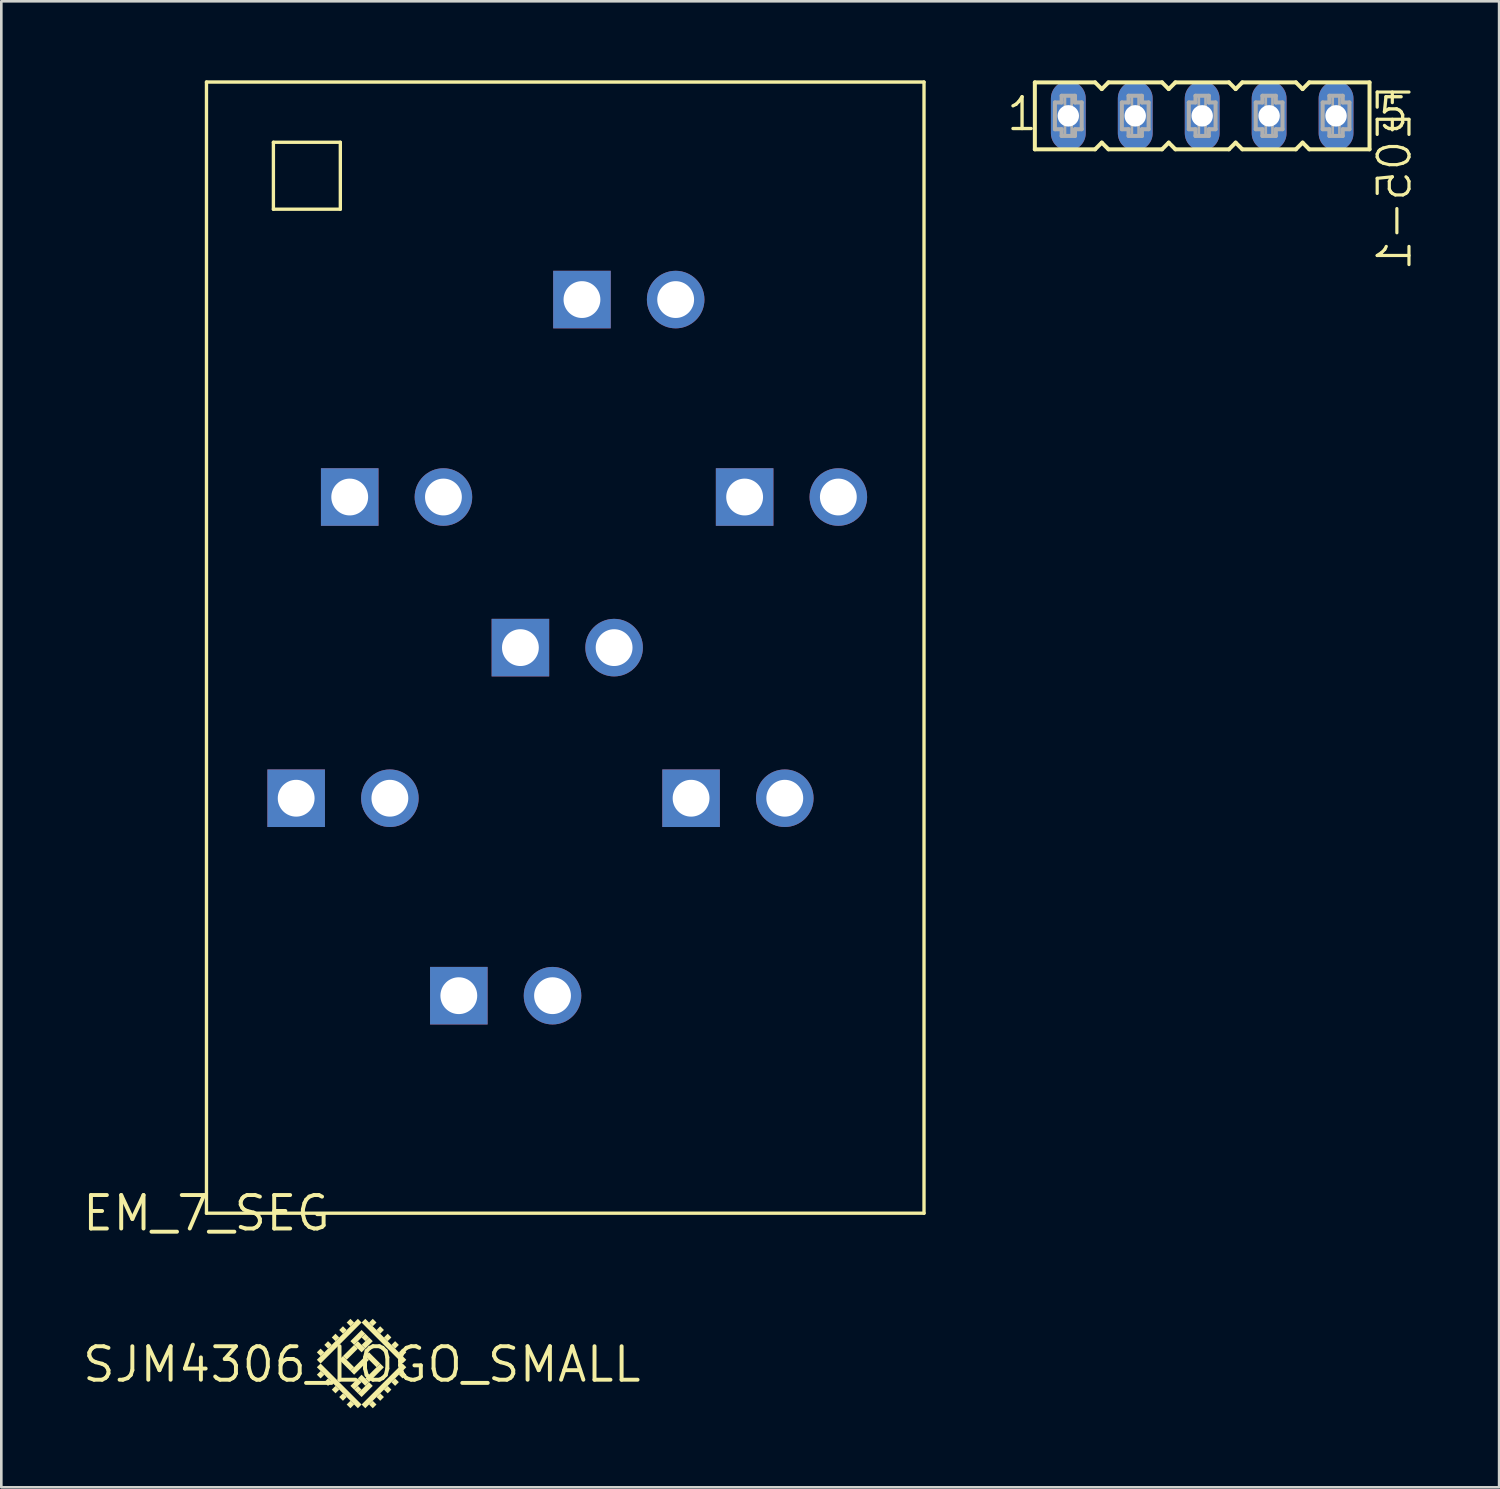
<source format=kicad_pcb>
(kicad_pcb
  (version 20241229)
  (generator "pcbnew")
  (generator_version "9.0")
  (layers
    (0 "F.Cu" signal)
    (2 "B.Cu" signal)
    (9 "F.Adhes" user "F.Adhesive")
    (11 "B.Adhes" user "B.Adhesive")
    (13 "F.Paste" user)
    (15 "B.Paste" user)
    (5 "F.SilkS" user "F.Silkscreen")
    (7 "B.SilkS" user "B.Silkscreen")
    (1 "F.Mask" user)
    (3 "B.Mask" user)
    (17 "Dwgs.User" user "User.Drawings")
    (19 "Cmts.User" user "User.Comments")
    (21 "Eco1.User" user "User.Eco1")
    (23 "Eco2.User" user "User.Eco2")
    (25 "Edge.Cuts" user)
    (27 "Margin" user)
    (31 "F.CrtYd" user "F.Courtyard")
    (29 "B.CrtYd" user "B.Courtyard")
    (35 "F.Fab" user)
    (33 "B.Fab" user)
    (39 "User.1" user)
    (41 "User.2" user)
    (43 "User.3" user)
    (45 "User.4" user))
  (footprint "SJM4306_LOGO_SMALL"
    (layer "F.Cu")
    (at 10.681 48.727)
    (property "Reference" "SJM4306_LOGO_SMALL" (at 0 0 0) (layer "F.SilkS") (effects (font (size 1.27 1.27) (thickness 0.15))))
    (attr through_hole)
    (fp_poly (pts (xy -1.566 -0.034) (xy -0.01 -1.59) (xy -0.151 -1.731) (xy -1.707 -0.176)) (stroke (width 0) (type solid)) (fill yes) (layer "F.SilkS"))
    (fp_poly (pts (xy -1.566 -0.317) (xy -1.424 -0.459) (xy -1.566 -0.6) (xy -1.707 -0.459)) (stroke (width 0) (type solid)) (fill yes) (layer "F.SilkS"))
    (fp_poly (pts (xy -1.566 0.531) (xy -1.424 0.39) (xy -1.566 0.249) (xy -1.707 0.39)) (stroke (width 0) (type solid)) (fill yes) (layer "F.SilkS"))
    (fp_poly (pts (xy -1.283 -0.6) (xy -1.141 -0.741) (xy -1.283 -0.883) (xy -1.424 -0.741)) (stroke (width 0) (type solid)) (fill yes) (layer "F.SilkS"))
    (fp_poly (pts (xy -1.283 0.814) (xy -1.141 0.673) (xy -1.283 0.531) (xy -1.424 0.673)) (stroke (width 0) (type solid)) (fill yes) (layer "F.SilkS"))
    (fp_poly (pts (xy -1 -0.883) (xy -0.859 -1.024) (xy -1 -1.166) (xy -1.141 -1.024)) (stroke (width 0) (type solid)) (fill yes) (layer "F.SilkS"))
    (fp_poly (pts (xy -1 1.097) (xy -0.859 0.956) (xy -1 0.814) (xy -1.141 0.956)) (stroke (width 0) (type solid)) (fill yes) (layer "F.SilkS"))
    (fp_poly (pts (xy -0.717 -1.166) (xy -0.576 -1.307) (xy -0.717 -1.449) (xy -0.859 -1.307)) (stroke (width 0) (type solid)) (fill yes) (layer "F.SilkS"))
    (fp_poly (pts (xy -0.717 1.38) (xy -0.576 1.238) (xy -0.717 1.097) (xy -0.859 1.238)) (stroke (width 0) (type solid)) (fill yes) (layer "F.SilkS"))
    (fp_poly (pts (xy -0.576 -0.176) (xy -0.151 -0.6) (xy -0.293 -0.741) (xy -0.717 -0.317)) (stroke (width 0) (type solid)) (fill yes) (layer "F.SilkS"))
    (fp_poly (pts (xy -0.434 0.249) (xy -0.293 0.107) (xy -0.717 -0.317) (xy -0.859 -0.176)) (stroke (width 0) (type solid)) (fill yes) (layer "F.SilkS"))
    (fp_poly (pts (xy -0.434 -1.449) (xy -0.293 -1.59) (xy -0.434 -1.731) (xy -0.576 -1.59)) (stroke (width 0) (type solid)) (fill yes) (layer "F.SilkS"))
    (fp_poly (pts (xy -0.434 1.663) (xy -0.293 1.521) (xy -0.434 1.38) (xy -0.576 1.521)) (stroke (width 0) (type solid)) (fill yes) (layer "F.SilkS"))
    (fp_poly (pts (xy -0.293 0.956) (xy -0.01 0.673) (xy -0.151 0.531) (xy -0.434 0.814)) (stroke (width 0) (type solid)) (fill yes) (layer "F.SilkS"))
    (fp_poly (pts (xy -0.293 0.39) (xy 0.273 -0.176) (xy 0.131 -0.317) (xy -0.434 0.249)) (stroke (width 0) (type solid)) (fill yes) (layer "F.SilkS"))
    (fp_poly (pts (xy -0.293 -0.741) (xy 0.131 -1.166) (xy -0.01 -1.307) (xy -0.434 -0.883)) (stroke (width 0) (type solid)) (fill yes) (layer "F.SilkS"))
    (fp_poly (pts (xy -0.151 1.663) (xy -0.01 1.521) (xy -1.566 -0.034) (xy -1.707 0.107)) (stroke (width 0) (type solid)) (fill yes) (layer "F.SilkS"))
    (fp_poly (pts (xy -0.151 1.097) (xy -0.01 0.956) (xy -0.151 0.814) (xy -0.293 0.956)) (stroke (width 0) (type solid)) (fill yes) (layer "F.SilkS"))
    (fp_poly (pts (xy -0.01 1.238) (xy 0.414 0.814) (xy 0.273 0.673) (xy -0.151 1.097)) (stroke (width 0) (type solid)) (fill yes) (layer "F.SilkS"))
    (fp_poly (pts (xy -0.01 -0.459) (xy 0.131 -0.6) (xy -0.151 -0.883) (xy -0.293 -0.741)) (stroke (width 0) (type solid)) (fill yes) (layer "F.SilkS"))
    (fp_poly (pts (xy 0.131 -0.883) (xy 0.273 -1.024) (xy 0.131 -1.166) (xy -0.01 -1.024)) (stroke (width 0) (type solid)) (fill yes) (layer "F.SilkS"))
    (fp_poly (pts (xy 0.131 1.663) (xy 1.687 0.107) (xy 1.546 -0.034) (xy -0.01 1.521)) (stroke (width 0) (type solid)) (fill yes) (layer "F.SilkS"))
    (fp_poly (pts (xy 0.131 -0.6) (xy 0.414 -0.883) (xy 0.273 -1.024) (xy -0.01 -0.741)) (stroke (width 0) (type solid)) (fill yes) (layer "F.SilkS"))
    (fp_poly (pts (xy 0.131 0.814) (xy 0.273 0.673) (xy -0.01 0.39) (xy -0.151 0.531)) (stroke (width 0) (type solid)) (fill yes) (layer "F.SilkS"))
    (fp_poly (pts (xy 0.273 0.673) (xy 0.838 0.107) (xy 0.697 -0.034) (xy 0.131 0.531)) (stroke (width 0) (type solid)) (fill yes) (layer "F.SilkS"))
    (fp_poly (pts (xy 0.414 -1.449) (xy 0.556 -1.59) (xy 0.414 -1.731) (xy 0.273 -1.59)) (stroke (width 0) (type solid)) (fill yes) (layer "F.SilkS"))
    (fp_poly (pts (xy 0.414 1.663) (xy 0.556 1.521) (xy 0.414 1.38) (xy 0.273 1.521)) (stroke (width 0) (type solid)) (fill yes) (layer "F.SilkS"))
    (fp_poly (pts (xy 0.556 0.107) (xy 0.697 -0.034) (xy 0.273 -0.459) (xy 0.131 -0.317)) (stroke (width 0) (type solid)) (fill yes) (layer "F.SilkS"))
    (fp_poly (pts (xy 0.697 -1.166) (xy 0.838 -1.307) (xy 0.697 -1.449) (xy 0.556 -1.307)) (stroke (width 0) (type solid)) (fill yes) (layer "F.SilkS"))
    (fp_poly (pts (xy 0.697 1.38) (xy 0.838 1.238) (xy 0.697 1.097) (xy 0.556 1.238)) (stroke (width 0) (type solid)) (fill yes) (layer "F.SilkS"))
    (fp_poly (pts (xy 0.98 -0.883) (xy 1.121 -1.024) (xy 0.98 -1.166) (xy 0.838 -1.024)) (stroke (width 0) (type solid)) (fill yes) (layer "F.SilkS"))
    (fp_poly (pts (xy 0.98 1.097) (xy 1.121 0.956) (xy 0.98 0.814) (xy 0.838 0.956)) (stroke (width 0) (type solid)) (fill yes) (layer "F.SilkS"))
    (fp_poly (pts (xy 1.263 -0.6) (xy 1.404 -0.741) (xy 1.263 -0.883) (xy 1.121 -0.741)) (stroke (width 0) (type solid)) (fill yes) (layer "F.SilkS"))
    (fp_poly (pts (xy 1.263 0.814) (xy 1.404 0.673) (xy 1.263 0.531) (xy 1.121 0.673)) (stroke (width 0) (type solid)) (fill yes) (layer "F.SilkS"))
    (fp_poly (pts (xy 1.546 -0.034) (xy 1.687 -0.176) (xy 0.131 -1.731) (xy -0.01 -1.59)) (stroke (width 0) (type solid)) (fill yes) (layer "F.SilkS"))
    (fp_poly (pts (xy 1.546 -0.317) (xy 1.687 -0.459) (xy 1.546 -0.6) (xy 1.404 -0.459)) (stroke (width 0) (type solid)) (fill yes) (layer "F.SilkS"))
    (fp_poly (pts (xy 1.546 0.531) (xy 1.687 0.39) (xy 1.546 0.249) (xy 1.404 0.39)) (stroke (width 0) (type solid)) (fill yes) (layer "F.SilkS")))
  (footprint "FE05-1"
    (layer "F.Cu")
    (at 42.57 1.346)
    (property "Reference" "FE05-1" (at 8.001 -1.27 90) (layer "F.SilkS") (effects (font (size 1.206 1.206) (thickness 0.121)) (justify left bottom mirror)))
    (attr through_hole)
    (fp_line (start -6.35 -1.27) (end -6.35 1.27) (stroke (width 0.152) (type solid)) (layer "F.SilkS"))
    (fp_line (start -6.35 1.27) (end -4.064 1.27) (stroke (width 0.152) (type solid)) (layer "F.SilkS"))
    (fp_line (start -4.064 -1.27) (end -6.35 -1.27) (stroke (width 0.152) (type solid)) (layer "F.SilkS"))
    (fp_line (start -4.064 1.27) (end -3.81 1.016) (stroke (width 0.152) (type solid)) (layer "F.SilkS"))
    (fp_line (start -3.81 -1.016) (end -4.064 -1.27) (stroke (width 0.152) (type solid)) (layer "F.SilkS"))
    (fp_line (start -3.81 1.016) (end -3.556 1.27) (stroke (width 0.152) (type solid)) (layer "F.SilkS"))
    (fp_line (start -3.556 -1.27) (end -3.81 -1.016) (stroke (width 0.152) (type solid)) (layer "F.SilkS"))
    (fp_line (start -3.556 1.27) (end -1.524 1.27) (stroke (width 0.152) (type solid)) (layer "F.SilkS"))
    (fp_line (start -1.524 -1.27) (end -3.556 -1.27) (stroke (width 0.152) (type solid)) (layer "F.SilkS"))
    (fp_line (start -1.524 1.27) (end -1.27 1.016) (stroke (width 0.152) (type solid)) (layer "F.SilkS"))
    (fp_line (start -1.27 -1.016) (end -1.524 -1.27) (stroke (width 0.152) (type solid)) (layer "F.SilkS"))
    (fp_line (start -1.27 1.016) (end -1.016 1.27) (stroke (width 0.152) (type solid)) (layer "F.SilkS"))
    (fp_line (start -1.016 -1.27) (end -1.27 -1.016) (stroke (width 0.152) (type solid)) (layer "F.SilkS"))
    (fp_line (start -1.016 1.27) (end 1.016 1.27) (stroke (width 0.152) (type solid)) (layer "F.SilkS"))
    (fp_line (start 1.016 -1.27) (end -1.016 -1.27) (stroke (width 0.152) (type solid)) (layer "F.SilkS"))
    (fp_line (start 1.016 1.27) (end 1.27 1.016) (stroke (width 0.152) (type solid)) (layer "F.SilkS"))
    (fp_line (start 1.27 -1.016) (end 1.016 -1.27) (stroke (width 0.152) (type solid)) (layer "F.SilkS"))
    (fp_line (start 1.27 1.016) (end 1.524 1.27) (stroke (width 0.152) (type solid)) (layer "F.SilkS"))
    (fp_line (start 1.524 -1.27) (end 1.27 -1.016) (stroke (width 0.152) (type solid)) (layer "F.SilkS"))
    (fp_line (start 1.524 1.27) (end 3.556 1.27) (stroke (width 0.152) (type solid)) (layer "F.SilkS"))
    (fp_line (start 3.556 -1.27) (end 1.524 -1.27) (stroke (width 0.152) (type solid)) (layer "F.SilkS"))
    (fp_line (start 3.556 1.27) (end 3.81 1.016) (stroke (width 0.152) (type solid)) (layer "F.SilkS"))
    (fp_line (start 3.81 -1.016) (end 3.556 -1.27) (stroke (width 0.152) (type solid)) (layer "F.SilkS"))
    (fp_line (start 3.81 1.016) (end 4.064 1.27) (stroke (width 0.152) (type solid)) (layer "F.SilkS"))
    (fp_line (start 4.064 -1.27) (end 3.81 -1.016) (stroke (width 0.152) (type solid)) (layer "F.SilkS"))
    (fp_line (start 4.064 1.27) (end 6.35 1.27) (stroke (width 0.152) (type solid)) (layer "F.SilkS"))
    (fp_line (start 6.35 -1.27) (end 4.064 -1.27) (stroke (width 0.152) (type solid)) (layer "F.SilkS"))
    (fp_line (start 6.35 1.27) (end 6.35 -1.27) (stroke (width 0.152) (type solid)) (layer "F.SilkS"))
    (fp_line (start -5.588 -0.508) (end -5.588 0.508) (stroke (width 0.152) (type solid)) (layer "F.Fab"))
    (fp_line (start -5.588 0.508) (end -5.334 0.508) (stroke (width 0.152) (type solid)) (layer "F.Fab"))
    (fp_line (start -5.334 -0.762) (end -5.334 -0.508) (stroke (width 0.152) (type solid)) (layer "F.Fab"))
    (fp_line (start -5.334 -0.508) (end -5.588 -0.508) (stroke (width 0.152) (type solid)) (layer "F.Fab"))
    (fp_line (start -5.334 0.508) (end -5.334 0.762) (stroke (width 0.152) (type solid)) (layer "F.Fab"))
    (fp_line (start -5.334 0.762) (end -4.826 0.762) (stroke (width 0.152) (type solid)) (layer "F.Fab"))
    (fp_line (start -4.826 -0.762) (end -5.334 -0.762) (stroke (width 0.152) (type solid)) (layer "F.Fab"))
    (fp_line (start -4.826 -0.508) (end -4.826 -0.762) (stroke (width 0.152) (type solid)) (layer "F.Fab"))
    (fp_line (start -4.826 0.508) (end -4.572 0.508) (stroke (width 0.152) (type solid)) (layer "F.Fab"))
    (fp_line (start -4.826 0.762) (end -4.826 0.508) (stroke (width 0.152) (type solid)) (layer "F.Fab"))
    (fp_line (start -4.572 -0.508) (end -4.826 -0.508) (stroke (width 0.152) (type solid)) (layer "F.Fab"))
    (fp_line (start -4.572 0.508) (end -4.572 -0.508) (stroke (width 0.152) (type solid)) (layer "F.Fab"))
    (fp_line (start -3.048 -0.508) (end -3.048 0.508) (stroke (width 0.152) (type solid)) (layer "F.Fab"))
    (fp_line (start -3.048 0.508) (end -2.794 0.508) (stroke (width 0.152) (type solid)) (layer "F.Fab"))
    (fp_line (start -2.794 -0.762) (end -2.794 -0.508) (stroke (width 0.152) (type solid)) (layer "F.Fab"))
    (fp_line (start -2.794 -0.508) (end -3.048 -0.508) (stroke (width 0.152) (type solid)) (layer "F.Fab"))
    (fp_line (start -2.794 0.508) (end -2.794 0.762) (stroke (width 0.152) (type solid)) (layer "F.Fab"))
    (fp_line (start -2.794 0.762) (end -2.286 0.762) (stroke (width 0.152) (type solid)) (layer "F.Fab"))
    (fp_line (start -2.286 -0.762) (end -2.794 -0.762) (stroke (width 0.152) (type solid)) (layer "F.Fab"))
    (fp_line (start -2.286 -0.508) (end -2.286 -0.762) (stroke (width 0.152) (type solid)) (layer "F.Fab"))
    (fp_line (start -2.286 0.508) (end -2.032 0.508) (stroke (width 0.152) (type solid)) (layer "F.Fab"))
    (fp_line (start -2.286 0.762) (end -2.286 0.508) (stroke (width 0.152) (type solid)) (layer "F.Fab"))
    (fp_line (start -2.032 -0.508) (end -2.286 -0.508) (stroke (width 0.152) (type solid)) (layer "F.Fab"))
    (fp_line (start -2.032 0.508) (end -2.032 -0.508) (stroke (width 0.152) (type solid)) (layer "F.Fab"))
    (fp_line (start -0.508 -0.508) (end -0.508 0.508) (stroke (width 0.152) (type solid)) (layer "F.Fab"))
    (fp_line (start -0.508 0.508) (end -0.254 0.508) (stroke (width 0.152) (type solid)) (layer "F.Fab"))
    (fp_line (start -0.254 -0.762) (end -0.254 -0.508) (stroke (width 0.152) (type solid)) (layer "F.Fab"))
    (fp_line (start -0.254 -0.508) (end -0.508 -0.508) (stroke (width 0.152) (type solid)) (layer "F.Fab"))
    (fp_line (start -0.254 0.508) (end -0.254 0.762) (stroke (width 0.152) (type solid)) (layer "F.Fab"))
    (fp_line (start -0.254 0.762) (end 0.254 0.762) (stroke (width 0.152) (type solid)) (layer "F.Fab"))
    (fp_line (start 0.254 -0.762) (end -0.254 -0.762) (stroke (width 0.152) (type solid)) (layer "F.Fab"))
    (fp_line (start 0.254 -0.508) (end 0.254 -0.762) (stroke (width 0.152) (type solid)) (layer "F.Fab"))
    (fp_line (start 0.254 0.508) (end 0.508 0.508) (stroke (width 0.152) (type solid)) (layer "F.Fab"))
    (fp_line (start 0.254 0.762) (end 0.254 0.508) (stroke (width 0.152) (type solid)) (layer "F.Fab"))
    (fp_line (start 0.508 -0.508) (end 0.254 -0.508) (stroke (width 0.152) (type solid)) (layer "F.Fab"))
    (fp_line (start 0.508 0.508) (end 0.508 -0.508) (stroke (width 0.152) (type solid)) (layer "F.Fab"))
    (fp_line (start 2.032 -0.508) (end 2.032 0.508) (stroke (width 0.152) (type solid)) (layer "F.Fab"))
    (fp_line (start 2.032 0.508) (end 2.286 0.508) (stroke (width 0.152) (type solid)) (layer "F.Fab"))
    (fp_line (start 2.286 -0.762) (end 2.286 -0.508) (stroke (width 0.152) (type solid)) (layer "F.Fab"))
    (fp_line (start 2.286 -0.508) (end 2.032 -0.508) (stroke (width 0.152) (type solid)) (layer "F.Fab"))
    (fp_line (start 2.286 0.508) (end 2.286 0.762) (stroke (width 0.152) (type solid)) (layer "F.Fab"))
    (fp_line (start 2.286 0.762) (end 2.794 0.762) (stroke (width 0.152) (type solid)) (layer "F.Fab"))
    (fp_line (start 2.794 -0.762) (end 2.286 -0.762) (stroke (width 0.152) (type solid)) (layer "F.Fab"))
    (fp_line (start 2.794 -0.508) (end 2.794 -0.762) (stroke (width 0.152) (type solid)) (layer "F.Fab"))
    (fp_line (start 2.794 0.508) (end 3.048 0.508) (stroke (width 0.152) (type solid)) (layer "F.Fab"))
    (fp_line (start 2.794 0.762) (end 2.794 0.508) (stroke (width 0.152) (type solid)) (layer "F.Fab"))
    (fp_line (start 3.048 -0.508) (end 2.794 -0.508) (stroke (width 0.152) (type solid)) (layer "F.Fab"))
    (fp_line (start 3.048 0.508) (end 3.048 -0.508) (stroke (width 0.152) (type solid)) (layer "F.Fab"))
    (fp_line (start 4.572 -0.508) (end 4.572 0.508) (stroke (width 0.152) (type solid)) (layer "F.Fab"))
    (fp_line (start 4.572 0.508) (end 4.826 0.508) (stroke (width 0.152) (type solid)) (layer "F.Fab"))
    (fp_line (start 4.826 -0.762) (end 4.826 -0.508) (stroke (width 0.152) (type solid)) (layer "F.Fab"))
    (fp_line (start 4.826 -0.508) (end 4.572 -0.508) (stroke (width 0.152) (type solid)) (layer "F.Fab"))
    (fp_line (start 4.826 0.508) (end 4.826 0.762) (stroke (width 0.152) (type solid)) (layer "F.Fab"))
    (fp_line (start 4.826 0.762) (end 5.334 0.762) (stroke (width 0.152) (type solid)) (layer "F.Fab"))
    (fp_line (start 5.334 -0.762) (end 4.826 -0.762) (stroke (width 0.152) (type solid)) (layer "F.Fab"))
    (fp_line (start 5.334 -0.508) (end 5.334 -0.762) (stroke (width 0.152) (type solid)) (layer "F.Fab"))
    (fp_line (start 5.334 0.508) (end 5.588 0.508) (stroke (width 0.152) (type solid)) (layer "F.Fab"))
    (fp_line (start 5.334 0.762) (end 5.334 0.508) (stroke (width 0.152) (type solid)) (layer "F.Fab"))
    (fp_line (start 5.588 -0.508) (end 5.334 -0.508) (stroke (width 0.152) (type solid)) (layer "F.Fab"))
    (fp_line (start 5.588 0.508) (end 5.588 -0.508) (stroke (width 0.152) (type solid)) (layer "F.Fab"))
    (fp_poly (pts (xy -5.207 -0.254) (xy -4.953 -0.254) (xy -4.953 -0.762) (xy -5.207 -0.762)) (stroke (width 0.1) (type solid)) (fill no) (layer "F.Fab"))
    (fp_poly (pts (xy -5.207 0.762) (xy -4.953 0.762) (xy -4.953 0.254) (xy -5.207 0.254)) (stroke (width 0.1) (type solid)) (fill no) (layer "F.Fab"))
    (fp_poly (pts (xy -2.667 -0.254) (xy -2.413 -0.254) (xy -2.413 -0.762) (xy -2.667 -0.762)) (stroke (width 0.1) (type solid)) (fill no) (layer "F.Fab"))
    (fp_poly (pts (xy -2.667 0.762) (xy -2.413 0.762) (xy -2.413 0.254) (xy -2.667 0.254)) (stroke (width 0.1) (type solid)) (fill no) (layer "F.Fab"))
    (fp_poly (pts (xy -0.127 -0.254) (xy 0.127 -0.254) (xy 0.127 -0.762) (xy -0.127 -0.762)) (stroke (width 0.1) (type solid)) (fill no) (layer "F.Fab"))
    (fp_poly (pts (xy -0.127 0.762) (xy 0.127 0.762) (xy 0.127 0.254) (xy -0.127 0.254)) (stroke (width 0.1) (type solid)) (fill no) (layer "F.Fab"))
    (fp_poly (pts (xy 2.413 -0.254) (xy 2.667 -0.254) (xy 2.667 -0.762) (xy 2.413 -0.762)) (stroke (width 0.1) (type solid)) (fill no) (layer "F.Fab"))
    (fp_poly (pts (xy 2.413 0.762) (xy 2.667 0.762) (xy 2.667 0.254) (xy 2.413 0.254)) (stroke (width 0.1) (type solid)) (fill no) (layer "F.Fab"))
    (fp_poly (pts (xy 4.953 -0.254) (xy 5.207 -0.254) (xy 5.207 -0.762) (xy 4.953 -0.762)) (stroke (width 0.1) (type solid)) (fill no) (layer "F.Fab"))
    (fp_poly (pts (xy 4.953 0.762) (xy 5.207 0.762) (xy 5.207 0.254) (xy 4.953 0.254)) (stroke (width 0.1) (type solid)) (fill no) (layer "F.Fab"))
    (fp_text user "1" (at -7.493 0.635 0) (layer "F.SilkS") (effects (font (size 1.206 1.206) (thickness 0.127)) (justify left bottom)))
    (fp_text user "5" (at 6.604 0.635 0) (layer "F.SilkS") (effects (font (size 1.206 1.206) (thickness 0.127)) (justify left bottom)))
    (pad "1" thru_hole oval (at -5.08 0 90) (size 2.642 1.321) (drill 0.813) (layers "*.Cu" "*.Mask"))
    (pad "2" thru_hole oval (at -2.54 0 90) (size 2.642 1.321) (drill 0.813) (layers "*.Cu" "*.Mask"))
    (pad "3" thru_hole oval (at 0 0 90) (size 2.642 1.321) (drill 0.813) (layers "*.Cu" "*.Mask"))
    (pad "4" thru_hole oval (at 2.54 0 90) (size 2.642 1.321) (drill 0.813) (layers "*.Cu" "*.Mask"))
    (pad "5" thru_hole oval (at 5.08 0 90) (size 2.642 1.321) (drill 0.813) (layers "*.Cu" "*.Mask")))
  (footprint "EM_7_SEG"
    (layer "F.Cu")
    (at 4.785 42.989)
    (property "Reference" "EM_7_SEG" (at 0 0 0) (layer "F.SilkS") (effects (font (size 1.27 1.27) (thickness 0.15))))
    (attr through_hole)
    (fp_line (start 0 -42.926) (end 0 0) (stroke (width 0.127) (type solid)) (layer "F.SilkS"))
    (fp_line (start 0 -42.926) (end 27.229 -42.926) (stroke (width 0.127) (type solid)) (layer "F.SilkS"))
    (fp_line (start 0 0) (end 27.229 0) (stroke (width 0.127) (type solid)) (layer "F.SilkS"))
    (fp_line (start 2.54 -40.64) (end 2.54 -38.1) (stroke (width 0.127) (type solid)) (layer "F.SilkS"))
    (fp_line (start 2.54 -38.1) (end 5.08 -38.1) (stroke (width 0.127) (type solid)) (layer "F.SilkS"))
    (fp_line (start 5.08 -40.64) (end 2.54 -40.64) (stroke (width 0.127) (type solid)) (layer "F.SilkS"))
    (fp_line (start 5.08 -38.1) (end 5.08 -40.64) (stroke (width 0.127) (type solid)) (layer "F.SilkS"))
    (fp_line (start 27.229 -42.926) (end 27.229 0) (stroke (width 0.127) (type solid)) (layer "F.SilkS"))
    (pad "A1" thru_hole rect (at 14.249 -34.671) (size 2.184 2.184) (drill 1.397) (layers "*.Cu" "*.Mask"))
    (pad "A2" thru_hole circle (at 17.805 -34.671) (size 2.184 2.184) (drill 1.397) (layers "*.Cu" "*.Mask"))
    (pad "B1" thru_hole rect (at 20.422 -27.178) (size 2.184 2.184) (drill 1.397) (layers "*.Cu" "*.Mask"))
    (pad "B2" thru_hole circle (at 23.978 -27.178) (size 2.184 2.184) (drill 1.397) (layers "*.Cu" "*.Mask"))
    (pad "C1" thru_hole rect (at 18.39 -15.748) (size 2.184 2.184) (drill 1.397) (layers "*.Cu" "*.Mask"))
    (pad "C2" thru_hole circle (at 21.946 -15.748) (size 2.184 2.184) (drill 1.397) (layers "*.Cu" "*.Mask"))
    (pad "D1" thru_hole rect (at 9.576 -8.255) (size 2.184 2.184) (drill 1.397) (layers "*.Cu" "*.Mask"))
    (pad "D2" thru_hole circle (at 13.132 -8.255) (size 2.184 2.184) (drill 1.397) (layers "*.Cu" "*.Mask"))
    (pad "E1" thru_hole rect (at 3.404 -15.748) (size 2.184 2.184) (drill 1.397) (layers "*.Cu" "*.Mask"))
    (pad "E2" thru_hole circle (at 6.96 -15.748) (size 2.184 2.184) (drill 1.397) (layers "*.Cu" "*.Mask"))
    (pad "F1" thru_hole rect (at 5.436 -27.178) (size 2.184 2.184) (drill 1.397) (layers "*.Cu" "*.Mask"))
    (pad "F2" thru_hole circle (at 8.992 -27.178) (size 2.184 2.184) (drill 1.397) (layers "*.Cu" "*.Mask"))
    (pad "G1" thru_hole rect (at 11.913 -21.463) (size 2.184 2.184) (drill 1.397) (layers "*.Cu" "*.Mask"))
    (pad "G2" thru_hole circle (at 15.469 -21.463) (size 2.184 2.184) (drill 1.397) (layers "*.Cu" "*.Mask")))
  (gr_rect
    (start -3 -3)
    (end 53.838 53.39)
    (stroke (width 0.1) (type default))
    (fill no)
    (layer "Edge.Cuts")))
</source>
